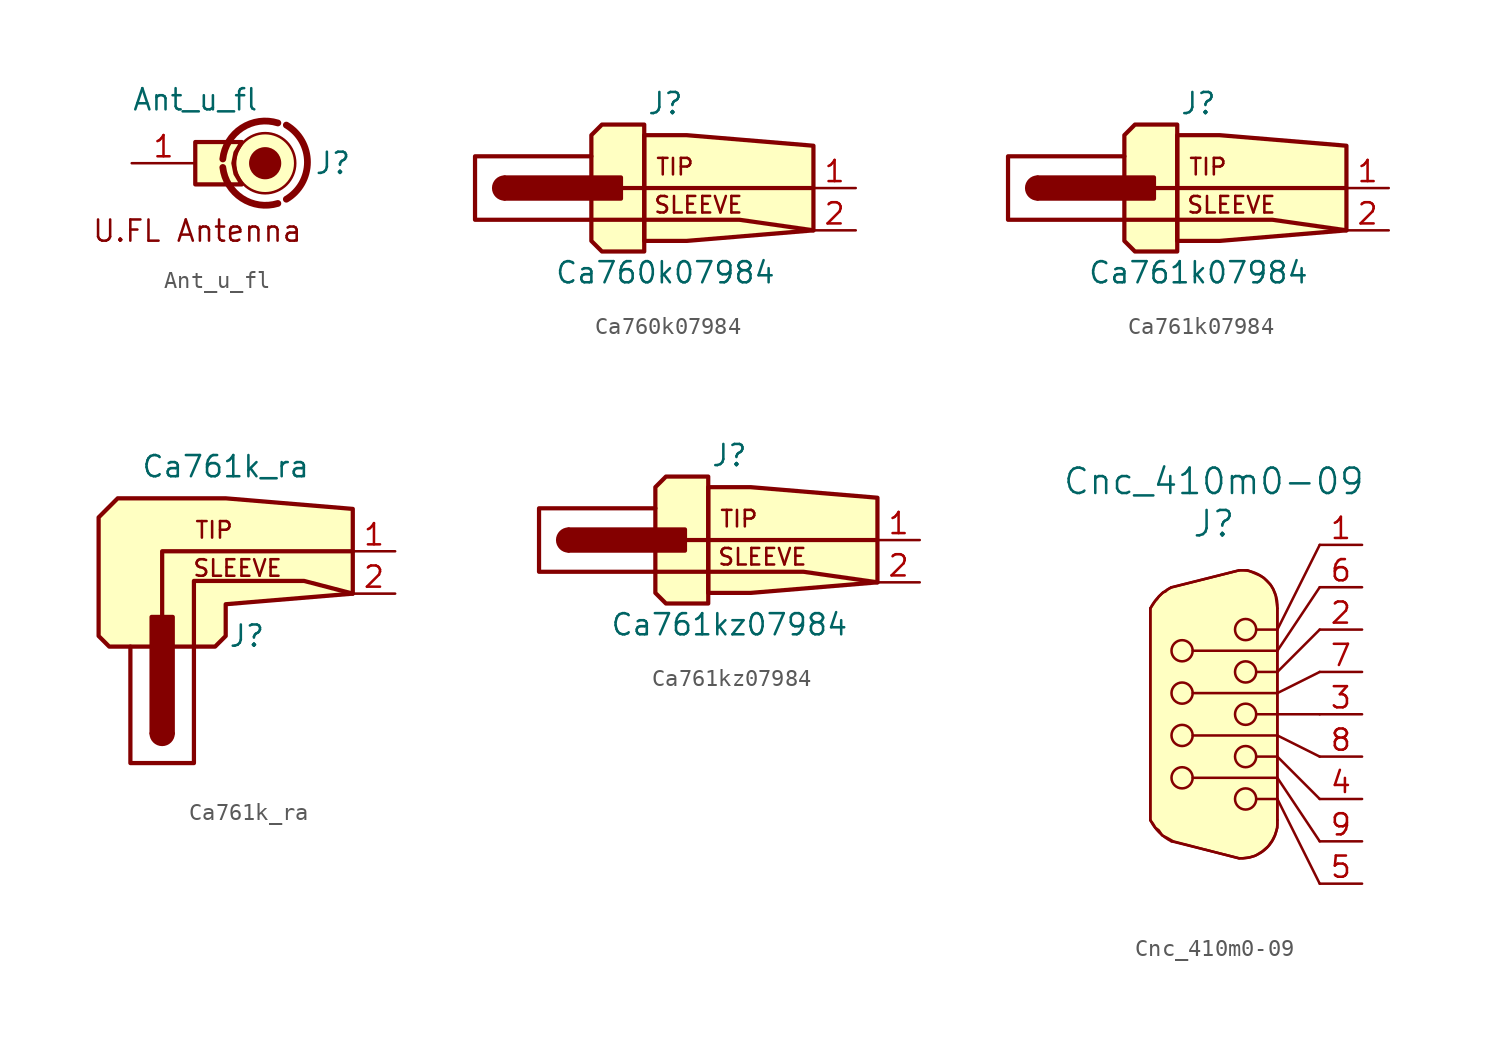
<source format=kicad_sym>
(kicad_symbol_lib
  (version 20220914)
  (generator kicad_symbol_editor)
  (symbol "Ant_u_fl"
    (pin_names
      (offset 1.016) hide)
    (property "Reference" "J"
      (at 8.255 0 0)
      (effects (font (size 1.27 1.27))))
    (property "Value" "Ant_u_fl"
      (at 0 3.81 0)
      (effects (font (size 1.27 1.27))))
    (symbol "Ant_u_fl_0_0"
      (arc (start 1.651 -0.254) (mid 2.7985 -2.1035) (end 4.953 -2.413) (stroke (width 0.4064) (type default)) (fill (type none)))
      (circle (center 4.191 0) (radius 0.889) (stroke (width 0) (type default)) (fill (type outline)))
      (circle (center 4.191 0) (radius 1.803) (stroke (width 0) (type default)) (fill (type background)))
      (arc (start 4.953 2.413) (mid 2.7926 2.1126) (end 1.651 0.254) (stroke (width 0.4064) (type default)) (fill (type none)))
      (arc (start 5.461 -2.159) (mid 6.7271 0.0635) (end 5.461 2.286) (stroke (width 0.4064) (type default)) (fill (type none)))
      (text "U.FL Antenna" (at 0.127 -4.064 0) (effects (font (size 1.27 1.27)))))
    (symbol "Ant_u_fl_0_1"
      (polyline (pts (xy 2.794 1.27) (xy 2.413 0.635) (xy 2.286 0) (xy 2.413 -0.635) (xy 2.794 -1.27) (xy 0 -1.27) (xy 0 0) (xy 0 1.27) (xy 2.794 1.27)) (stroke (width 0.254) (type default)) (fill (type background))))
    (symbol "Ant_u_fl_1_1"
      (pin passive line (at -3.81 0 0) (length 3.81) (name "Pin_1" (effects (font (size 1.27 1.27)))) (number "1" (effects (font (size 1.27 1.27)))))))
  (symbol "Ca760k07984"
    (pin_names
      (offset 1.016) hide)
    (property "Reference" "J"
      (at 0 5.08 0)
      (effects (font (size 1.27 1.27))))
    (property "Value" "Ca760k07984"
      (at 0 -5.08 0)
      (effects (font (size 1.27 1.27))))
    (symbol "Ca760k07984_0_0"
      (text "SLEEVE" (at -0.762 -1.016 0) (effects (font (size 0.991 0.991)) (justify left)))
      (text "TIP" (at -0.635 1.27 0) (effects (font (size 0.991 0.991)) (justify left))))
    (symbol "Ca760k07984_0_1"
      (arc (start -9.652 0.635) (mid -10.2843 0) (end -9.652 -0.635) (stroke (width 0.254) (type default)) (fill (type outline)))
      (rectangle (start -2.667 0.635) (end -9.652 -0.635) (stroke (width 0.254) (type default)) (fill (type outline)))
      (polyline (pts (xy 8.89 0) (xy -2.54 0)) (stroke (width 0.254) (type default)) (fill (type none)))
      (polyline (pts (xy 8.89 -2.54) (xy 4.445 -1.905) (xy -4.445 -1.905) (xy -11.43 -1.905) (xy -11.43 1.905) (xy -4.445 1.905)) (stroke (width 0.254) (type default)) (fill (type none)))
      (polyline (pts (xy -1.27 3.81) (xy -3.81 3.81) (xy -4.445 3.175) (xy -4.445 -3.175) (xy -3.81 -3.81) (xy -1.27 -3.81) (xy -1.27 3.81)) (stroke (width 0.254) (type default)) (fill (type background)))
      (polyline (pts (xy 1.27 -3.175) (xy 8.89 -2.54) (xy 8.89 2.54) (xy 1.27 3.175) (xy 0 3.175) (xy -1.27 3.175) (xy -1.27 2.54) (xy -1.27 -3.175) (xy 0 -3.175) (xy 1.27 -3.175) (xy 1.27 -3.175)) (stroke (width 0.254) (type default)) (fill (type background))))
    (symbol "Ca760k07984_1_1"
      (pin passive line (at 11.43 0 180) (length 2.54) (name "Tip" (effects (font (size 1.27 1.27)))) (number "1" (effects (font (size 1.27 1.27)))))
      (pin passive line (at 11.43 -2.54 180) (length 2.54) (name "Sleeve" (effects (font (size 1.27 1.27)))) (number "2" (effects (font (size 1.27 1.27)))))))
  (symbol "Ca761k07984"
    (pin_names
      (offset 1.016) hide)
    (property "Reference" "J"
      (at 0 5.08 0)
      (effects (font (size 1.27 1.27))))
    (property "Value" "Ca761k07984"
      (at 0 -5.08 0)
      (effects (font (size 1.27 1.27))))
    (symbol "Ca761k07984_0_0"
      (text "SLEEVE" (at -0.762 -1.016 0) (effects (font (size 0.991 0.991)) (justify left)))
      (text "TIP" (at -0.635 1.27 0) (effects (font (size 0.991 0.991)) (justify left))))
    (symbol "Ca761k07984_0_1"
      (arc (start -9.652 0.635) (mid -10.2843 0) (end -9.652 -0.635) (stroke (width 0.254) (type default)) (fill (type outline)))
      (rectangle (start -2.667 0.635) (end -9.652 -0.635) (stroke (width 0.254) (type default)) (fill (type outline)))
      (polyline (pts (xy 8.89 0) (xy -2.54 0)) (stroke (width 0.254) (type default)) (fill (type none)))
      (polyline (pts (xy 8.89 -2.54) (xy 4.445 -1.905) (xy -4.445 -1.905) (xy -11.43 -1.905) (xy -11.43 1.905) (xy -4.445 1.905)) (stroke (width 0.254) (type default)) (fill (type none)))
      (polyline (pts (xy -1.27 3.81) (xy -3.81 3.81) (xy -4.445 3.175) (xy -4.445 -3.175) (xy -3.81 -3.81) (xy -1.27 -3.81) (xy -1.27 3.81)) (stroke (width 0.254) (type default)) (fill (type background)))
      (polyline (pts (xy 1.27 -3.175) (xy 8.89 -2.54) (xy 8.89 2.54) (xy 1.27 3.175) (xy 0 3.175) (xy -1.27 3.175) (xy -1.27 2.54) (xy -1.27 -3.175) (xy 0 -3.175) (xy 1.27 -3.175) (xy 1.27 -3.175)) (stroke (width 0.254) (type default)) (fill (type background))))
    (symbol "Ca761k07984_1_1"
      (pin passive line (at 11.43 0 180) (length 2.54) (name "Tip" (effects (font (size 1.27 1.27)))) (number "1" (effects (font (size 1.27 1.27)))))
      (pin passive line (at 11.43 -2.54 180) (length 2.54) (name "Sleeve" (effects (font (size 1.27 1.27)))) (number "2" (effects (font (size 1.27 1.27)))))))
  (symbol "Ca761k_ra"
    (pin_names
      (offset 1.016) hide)
    (property "Reference" "J"
      (at 0 -5.08 0)
      (effects (font (size 1.27 1.27))))
    (property "Value" "Ca761k_ra"
      (at -1.27 5.08 0)
      (effects (font (size 1.27 1.27))))
    (symbol "Ca761k_ra_0_0"
      (text "SLEEVE" (at -3.302 -1.016 0) (effects (font (size 0.991 0.991)) (justify left)))
      (text "TIP" (at -3.175 1.27 0) (effects (font (size 0.991 0.991)) (justify left))))
    (symbol "Ca761k_ra_0_1"
      (arc (start -5.715 -10.922) (mid -5.08 -11.5543) (end -4.445 -10.922) (stroke (width 0.254) (type default)) (fill (type outline)))
      (rectangle (start -5.715 -3.937) (end -4.445 -10.922) (stroke (width 0.254) (type default)) (fill (type outline)))
      (polyline (pts (xy 6.35 0) (xy -5.08 0) (xy -5.08 -3.81)) (stroke (width 0.254) (type default)) (fill (type none)))
      (polyline (pts (xy 6.35 -2.54) (xy 3.429 -1.778) (xy -3.175 -1.778) (xy -3.175 -5.715) (xy -3.175 -12.7) (xy -6.985 -12.7) (xy -6.985 -5.715)) (stroke (width 0.254) (type default)) (fill (type none)))
      (polyline (pts (xy -8.255 -5.715) (xy -1.905 -5.715) (xy -1.27 -5.08) (xy -1.27 -3.175) (xy 6.35 -2.54) (xy 6.35 2.54) (xy -1.27 3.175) (xy -7.747 3.175) (xy -8.89 2.032) (xy -8.89 -5.08) (xy -8.255 -5.715)) (stroke (width 0.254) (type default)) (fill (type background))))
    (symbol "Ca761k_ra_1_1"
      (pin passive line (at 8.89 0 180) (length 2.54) (name "Tip" (effects (font (size 1.27 1.27)))) (number "1" (effects (font (size 1.27 1.27)))))
      (pin passive line (at 8.89 -2.54 180) (length 2.54) (name "Sleeve" (effects (font (size 1.27 1.27)))) (number "2" (effects (font (size 1.27 1.27)))))))
  (symbol "Ca761kz07984"
    (pin_names
      (offset 1.016) hide)
    (property "Reference" "J"
      (at 0 5.08 0)
      (effects (font (size 1.27 1.27))))
    (property "Value" "Ca761kz07984"
      (at 0 -5.08 0)
      (effects (font (size 1.27 1.27))))
    (symbol "Ca761kz07984_0_0"
      (text "SLEEVE" (at -0.762 -1.016 0) (effects (font (size 0.991 0.991)) (justify left)))
      (text "TIP" (at -0.635 1.27 0) (effects (font (size 0.991 0.991)) (justify left))))
    (symbol "Ca761kz07984_0_1"
      (arc (start -9.652 0.635) (mid -10.2843 0) (end -9.652 -0.635) (stroke (width 0.254) (type default)) (fill (type outline)))
      (rectangle (start -2.667 0.635) (end -9.652 -0.635) (stroke (width 0.254) (type default)) (fill (type outline)))
      (polyline (pts (xy 8.89 0) (xy -2.54 0)) (stroke (width 0.254) (type default)) (fill (type none)))
      (polyline (pts (xy 8.89 -2.54) (xy 4.445 -1.905) (xy -4.445 -1.905) (xy -11.43 -1.905) (xy -11.43 1.905) (xy -4.445 1.905)) (stroke (width 0.254) (type default)) (fill (type none)))
      (polyline (pts (xy -1.27 3.81) (xy -3.81 3.81) (xy -4.445 3.175) (xy -4.445 -3.175) (xy -3.81 -3.81) (xy -1.27 -3.81) (xy -1.27 3.81)) (stroke (width 0.254) (type default)) (fill (type background)))
      (polyline (pts (xy 1.27 -3.175) (xy 8.89 -2.54) (xy 8.89 2.54) (xy 1.27 3.175) (xy 0 3.175) (xy -1.27 3.175) (xy -1.27 2.54) (xy -1.27 -3.175) (xy 0 -3.175) (xy 1.27 -3.175) (xy 1.27 -3.175)) (stroke (width 0.254) (type default)) (fill (type background))))
    (symbol "Ca761kz07984_1_1"
      (pin passive line (at 11.43 0 180) (length 2.54) (name "Tip" (effects (font (size 1.27 1.27)))) (number "1" (effects (font (size 1.27 1.27)))))
      (pin passive line (at 11.43 -2.54 180) (length 2.54) (name "Sleeve" (effects (font (size 1.27 1.27)))) (number "2" (effects (font (size 1.27 1.27)))))))
  (symbol "Cnc_410m0-09"
    (pin_names
      (offset 1.016) hide)
    (property "Reference" "J"
      (at 0 11.43 0)
      (effects (font (size 1.524 1.524))))
    (property "Value" "Cnc_410m0-09"
      (at 0 13.97 0)
      (effects (font (size 1.524 1.524))))
    (symbol "Cnc_410m0-09_0_1"
      (circle (center -1.905 -3.81) (radius 0.635) (stroke (width 0) (type default)) (fill (type none)))
      (circle (center -1.905 -1.27) (radius 0.635) (stroke (width 0) (type default)) (fill (type none)))
      (circle (center -1.905 1.27) (radius 0.635) (stroke (width 0) (type default)) (fill (type none)))
      (circle (center -1.905 3.81) (radius 0.635) (stroke (width 0) (type default)) (fill (type none)))
      (polyline (pts (xy 3.81 -5.08) (xy 2.54 -5.08)) (stroke (width 0) (type default)) (fill (type none)))
      (polyline (pts (xy 3.81 -5.08) (xy 6.35 -10.16)) (stroke (width 0) (type default)) (fill (type none)))
      (polyline (pts (xy 3.81 -3.81) (xy -1.27 -3.81)) (stroke (width 0) (type default)) (fill (type none)))
      (polyline (pts (xy 3.81 -3.81) (xy 6.35 -7.62)) (stroke (width 0) (type default)) (fill (type none)))
      (polyline (pts (xy 3.81 -2.54) (xy 2.54 -2.54)) (stroke (width 0) (type default)) (fill (type none)))
      (polyline (pts (xy 3.81 -2.54) (xy 6.35 -5.08)) (stroke (width 0) (type default)) (fill (type none)))
      (polyline (pts (xy 3.81 -1.27) (xy -1.27 -1.27)) (stroke (width 0) (type default)) (fill (type none)))
      (polyline (pts (xy 3.81 -1.27) (xy 6.35 -2.54)) (stroke (width 0) (type default)) (fill (type none)))
      (polyline (pts (xy 3.81 0) (xy 2.54 0)) (stroke (width 0) (type default)) (fill (type none)))
      (polyline (pts (xy 3.81 0) (xy 6.35 0)) (stroke (width 0) (type default)) (fill (type none)))
      (polyline (pts (xy 3.81 1.27) (xy -1.27 1.27)) (stroke (width 0) (type default)) (fill (type none)))
      (polyline (pts (xy 3.81 1.27) (xy 6.35 2.54)) (stroke (width 0) (type default)) (fill (type none)))
      (polyline (pts (xy 3.81 2.54) (xy 2.54 2.54)) (stroke (width 0) (type default)) (fill (type none)))
      (polyline (pts (xy 3.81 2.54) (xy 6.35 5.08)) (stroke (width 0) (type default)) (fill (type none)))
      (polyline (pts (xy 3.81 3.81) (xy -1.27 3.81)) (stroke (width 0) (type default)) (fill (type none)))
      (polyline (pts (xy 3.81 3.81) (xy 6.35 7.62)) (stroke (width 0) (type default)) (fill (type none)))
      (polyline (pts (xy 3.81 5.08) (xy 2.54 5.08)) (stroke (width 0) (type default)) (fill (type none)))
      (polyline (pts (xy 3.81 5.08) (xy 6.35 10.16)) (stroke (width 0) (type default)) (fill (type none)))
      (circle (center 1.905 -5.08) (radius 0.635) (stroke (width 0) (type default)) (fill (type none)))
      (circle (center 1.905 -2.54) (radius 0.635) (stroke (width 0) (type default)) (fill (type none)))
      (circle (center 1.905 0) (radius 0.635) (stroke (width 0) (type default)) (fill (type none)))
      (circle (center 1.905 2.54) (radius 0.635) (stroke (width 0) (type default)) (fill (type none)))
      (circle (center 1.905 5.08) (radius 0.635) (stroke (width 0) (type default)) (fill (type none))))
    (symbol "Cnc_410m0-09_1_1"
      (arc (start -3.81 -6.35) (mid -3.278 -7.088) (end -2.54 -7.62) (stroke (width 0) (type default)) (fill (type none)))
      (arc (start -2.54 7.62) (mid -3.278 7.088) (end -3.81 6.35) (stroke (width 0) (type default)) (fill (type none)))
      (polyline (pts (xy -3.81 6.35) (xy -3.81 -6.35)) (stroke (width 0) (type default)) (fill (type background)))
      (polyline (pts (xy -2.54 7.62) (xy 1.524 8.636)) (stroke (width 0) (type default)) (fill (type background)))
      (polyline (pts (xy 1.524 -8.636) (xy -2.54 -7.62)) (stroke (width 0) (type default)) (fill (type background)))
      (polyline (pts (xy 3.81 6.35) (xy 3.81 -6.35)) (stroke (width 0) (type default)) (fill (type background)))
      (polyline (pts (xy -2.54 7.62) (xy -2.794 7.468) (xy -2.896 7.366) (xy -3.048 7.315) (xy -3.2 7.163) (xy -3.302 7.061) (xy -3.404 6.909) (xy -3.505 6.807) (xy -3.607 6.655) (xy -3.708 6.502) (xy -3.81 6.35) (xy -3.81 -6.35) (xy -3.658 -6.553) (xy -3.505 -6.807) (xy -3.302 -6.96) (xy -3.099 -7.264) (xy -2.794 -7.417) (xy -2.438 -7.62) (xy 1.473 -8.636) (xy 1.727 -8.636) (xy 2.134 -8.585) (xy 2.489 -8.484) (xy 2.896 -8.23) (xy 3.251 -7.925) (xy 3.505 -7.569) (xy 3.658 -7.264) (xy 3.81 -6.807) (xy 3.81 -6.35) (xy 3.81 6.35) (xy 3.759 6.756) (xy 3.708 7.112) (xy 3.556 7.518) (xy 3.404 7.772) (xy 3.2 7.976) (xy 2.997 8.179) (xy 2.743 8.331) (xy 2.388 8.484) (xy 2.032 8.636) (xy 1.778 8.636) (xy 1.524 8.636) (xy -2.489 7.62)) (stroke (width 0) (type default)) (fill (type background)))
      (arc (start 1.524 -8.636) (mid 3.1855 -8.0115) (end 3.81 -6.35) (stroke (width 0) (type default)) (fill (type none)))
      (arc (start 3.81 6.35) (mid 3.1855 8.0115) (end 1.524 8.636) (stroke (width 0) (type default)) (fill (type none)))
      (pin passive line (at 8.89 10.16 180) (length 2.54) (name "Pin_1" (effects (font (size 1.27 1.27)))) (number "1" (effects (font (size 1.27 1.27)))))
      (pin passive line (at 8.89 5.08 180) (length 2.54) (name "Pin_2" (effects (font (size 1.27 1.27)))) (number "2" (effects (font (size 1.27 1.27)))))
      (pin passive line (at 8.89 0 180) (length 2.54) (name "Pin_3" (effects (font (size 1.27 1.27)))) (number "3" (effects (font (size 1.27 1.27)))))
      (pin passive line (at 8.89 -5.08 180) (length 2.54) (name "Pin_4" (effects (font (size 1.27 1.27)))) (number "4" (effects (font (size 1.27 1.27)))))
      (pin passive line (at 8.89 -10.16 180) (length 2.54) (name "Pin_5" (effects (font (size 1.27 1.27)))) (number "5" (effects (font (size 1.27 1.27)))))
      (pin passive line (at 8.89 7.62 180) (length 2.54) (name "Pin_6" (effects (font (size 1.27 1.27)))) (number "6" (effects (font (size 1.27 1.27)))))
      (pin passive line (at 8.89 2.54 180) (length 2.54) (name "Pin_7" (effects (font (size 1.27 1.27)))) (number "7" (effects (font (size 1.27 1.27)))))
      (pin passive line (at 8.89 -2.54 180) (length 2.54) (name "Pin_8" (effects (font (size 1.27 1.27)))) (number "8" (effects (font (size 1.27 1.27)))))
      (pin passive line (at 8.89 -7.62 180) (length 2.54) (name "Pin_9" (effects (font (size 1.27 1.27)))) (number "9" (effects (font (size 1.27 1.27))))))))
</source>
